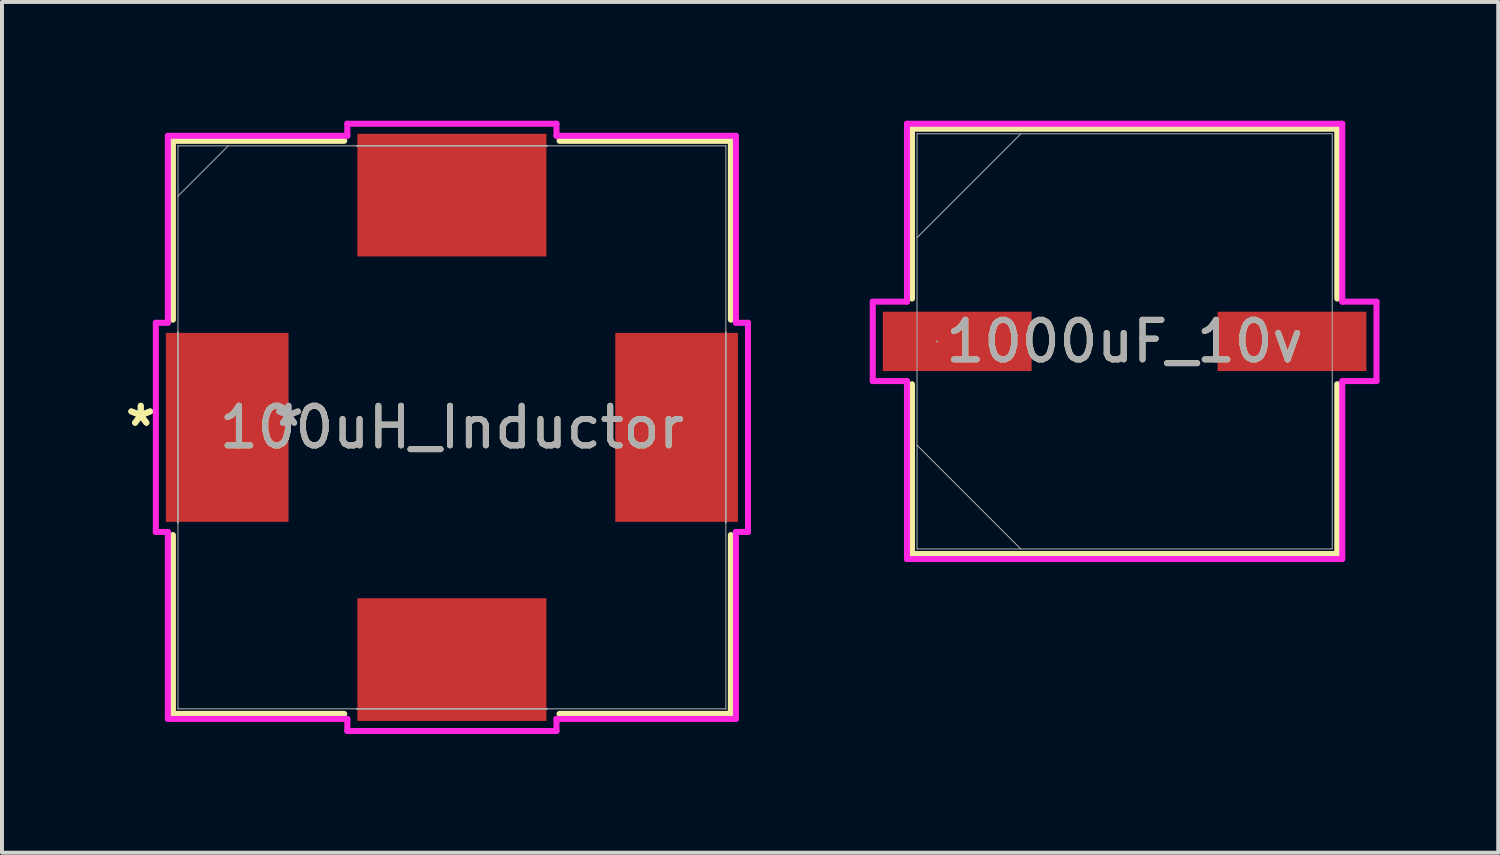
<source format=kicad_pcb>
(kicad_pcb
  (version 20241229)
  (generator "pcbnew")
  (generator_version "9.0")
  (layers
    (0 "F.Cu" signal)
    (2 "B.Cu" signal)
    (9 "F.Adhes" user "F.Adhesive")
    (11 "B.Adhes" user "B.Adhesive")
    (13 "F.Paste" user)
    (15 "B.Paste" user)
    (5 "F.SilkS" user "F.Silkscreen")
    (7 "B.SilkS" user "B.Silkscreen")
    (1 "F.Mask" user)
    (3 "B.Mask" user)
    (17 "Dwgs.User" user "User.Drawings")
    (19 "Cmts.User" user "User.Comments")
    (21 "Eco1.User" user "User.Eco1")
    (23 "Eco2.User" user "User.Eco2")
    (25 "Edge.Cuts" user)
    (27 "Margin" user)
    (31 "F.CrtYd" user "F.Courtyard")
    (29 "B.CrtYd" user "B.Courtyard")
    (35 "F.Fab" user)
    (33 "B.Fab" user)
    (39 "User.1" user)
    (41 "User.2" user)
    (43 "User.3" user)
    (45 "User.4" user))
  (footprint "100uH_Inductor"
    (layer "F.Cu")
    (at 8.367 7.747)
    (property "Reference" "100uH_Inductor" (at 0 0 0) (unlocked yes) (layer "F.SilkS") (effects (font (size 1 1) (thickness 0.15))))
    (attr smd)
    (fp_line (start -7.048 -7.239) (end -7.048 -2.72) (stroke (width 0.152) (type solid)) (layer "F.SilkS"))
    (fp_line (start -7.048 2.72) (end -7.048 7.239) (stroke (width 0.152) (type solid)) (layer "F.SilkS"))
    (fp_line (start -7.048 7.239) (end -2.72 7.239) (stroke (width 0.152) (type solid)) (layer "F.SilkS"))
    (fp_line (start -2.72 -7.239) (end -7.048 -7.239) (stroke (width 0.152) (type solid)) (layer "F.SilkS"))
    (fp_line (start 2.72 7.239) (end 7.048 7.239) (stroke (width 0.152) (type solid)) (layer "F.SilkS"))
    (fp_line (start 7.048 -7.239) (end 2.72 -7.239) (stroke (width 0.152) (type solid)) (layer "F.SilkS"))
    (fp_line (start 7.048 -2.72) (end 7.048 -7.239) (stroke (width 0.152) (type solid)) (layer "F.SilkS"))
    (fp_line (start 7.048 7.239) (end 7.048 2.72) (stroke (width 0.152) (type solid)) (layer "F.SilkS"))
    (fp_line (start -7.48 -2.642) (end -7.176 -2.642) (stroke (width 0.152) (type solid)) (layer "F.CrtYd"))
    (fp_line (start -7.48 2.642) (end -7.48 -2.642) (stroke (width 0.152) (type solid)) (layer "F.CrtYd"))
    (fp_line (start -7.176 -7.366) (end -2.642 -7.366) (stroke (width 0.152) (type solid)) (layer "F.CrtYd"))
    (fp_line (start -7.176 -2.642) (end -7.176 -7.366) (stroke (width 0.152) (type solid)) (layer "F.CrtYd"))
    (fp_line (start -7.176 2.642) (end -7.48 2.642) (stroke (width 0.152) (type solid)) (layer "F.CrtYd"))
    (fp_line (start -7.176 7.366) (end -7.176 2.642) (stroke (width 0.152) (type solid)) (layer "F.CrtYd"))
    (fp_line (start -2.642 -7.671) (end 2.642 -7.671) (stroke (width 0.152) (type solid)) (layer "F.CrtYd"))
    (fp_line (start -2.642 -7.366) (end -2.642 -7.671) (stroke (width 0.152) (type solid)) (layer "F.CrtYd"))
    (fp_line (start -2.642 7.366) (end -7.176 7.366) (stroke (width 0.152) (type solid)) (layer "F.CrtYd"))
    (fp_line (start -2.642 7.671) (end -2.642 7.366) (stroke (width 0.152) (type solid)) (layer "F.CrtYd"))
    (fp_line (start 2.642 -7.671) (end 2.642 -7.366) (stroke (width 0.152) (type solid)) (layer "F.CrtYd"))
    (fp_line (start 2.642 -7.366) (end 7.176 -7.366) (stroke (width 0.152) (type solid)) (layer "F.CrtYd"))
    (fp_line (start 2.642 7.366) (end 2.642 7.671) (stroke (width 0.152) (type solid)) (layer "F.CrtYd"))
    (fp_line (start 2.642 7.671) (end -2.642 7.671) (stroke (width 0.152) (type solid)) (layer "F.CrtYd"))
    (fp_line (start 7.176 -7.366) (end 7.176 -2.642) (stroke (width 0.152) (type solid)) (layer "F.CrtYd"))
    (fp_line (start 7.176 -2.642) (end 7.48 -2.642) (stroke (width 0.152) (type solid)) (layer "F.CrtYd"))
    (fp_line (start 7.176 2.642) (end 7.176 7.366) (stroke (width 0.152) (type solid)) (layer "F.CrtYd"))
    (fp_line (start 7.176 7.366) (end 2.642 7.366) (stroke (width 0.152) (type solid)) (layer "F.CrtYd"))
    (fp_line (start 7.48 -2.642) (end 7.48 2.642) (stroke (width 0.152) (type solid)) (layer "F.CrtYd"))
    (fp_line (start 7.48 2.642) (end 7.176 2.642) (stroke (width 0.152) (type solid)) (layer "F.CrtYd"))
    (fp_line (start -6.921 -7.112) (end -6.921 -7.112) (stroke (width 0.025) (type solid)) (layer "F.Fab"))
    (fp_line (start -6.921 -7.112) (end -6.921 7.112) (stroke (width 0.025) (type solid)) (layer "F.Fab"))
    (fp_line (start -6.921 -5.842) (end -5.652 -7.112) (stroke (width 0.025) (type solid)) (layer "F.Fab"))
    (fp_line (start -6.921 -2.413) (end -6.921 -2.413) (stroke (width 0.025) (type solid)) (layer "F.Fab"))
    (fp_line (start -6.921 -2.413) (end -6.921 2.413) (stroke (width 0.025) (type solid)) (layer "F.Fab"))
    (fp_line (start -6.921 2.413) (end -6.921 -2.413) (stroke (width 0.025) (type solid)) (layer "F.Fab"))
    (fp_line (start -6.921 2.413) (end -6.921 2.413) (stroke (width 0.025) (type solid)) (layer "F.Fab"))
    (fp_line (start -6.921 7.112) (end -6.921 7.112) (stroke (width 0.025) (type solid)) (layer "F.Fab"))
    (fp_line (start -6.921 7.112) (end 6.921 7.112) (stroke (width 0.025) (type solid)) (layer "F.Fab"))
    (fp_line (start -2.413 -7.112) (end -2.413 -7.112) (stroke (width 0.025) (type solid)) (layer "F.Fab"))
    (fp_line (start -2.413 -7.112) (end 2.413 -7.112) (stroke (width 0.025) (type solid)) (layer "F.Fab"))
    (fp_line (start -2.413 7.112) (end -2.413 7.112) (stroke (width 0.025) (type solid)) (layer "F.Fab"))
    (fp_line (start -2.413 7.112) (end 2.413 7.112) (stroke (width 0.025) (type solid)) (layer "F.Fab"))
    (fp_line (start 2.413 -7.112) (end -2.413 -7.112) (stroke (width 0.025) (type solid)) (layer "F.Fab"))
    (fp_line (start 2.413 -7.112) (end 2.413 -7.112) (stroke (width 0.025) (type solid)) (layer "F.Fab"))
    (fp_line (start 2.413 7.112) (end -2.413 7.112) (stroke (width 0.025) (type solid)) (layer "F.Fab"))
    (fp_line (start 2.413 7.112) (end 2.413 7.112) (stroke (width 0.025) (type solid)) (layer "F.Fab"))
    (fp_line (start 6.921 -7.112) (end -6.921 -7.112) (stroke (width 0.025) (type solid)) (layer "F.Fab"))
    (fp_line (start 6.921 -7.112) (end 6.921 -7.112) (stroke (width 0.025) (type solid)) (layer "F.Fab"))
    (fp_line (start 6.921 -2.413) (end 6.921 -2.413) (stroke (width 0.025) (type solid)) (layer "F.Fab"))
    (fp_line (start 6.921 -2.413) (end 6.921 2.413) (stroke (width 0.025) (type solid)) (layer "F.Fab"))
    (fp_line (start 6.921 2.413) (end 6.921 -2.413) (stroke (width 0.025) (type solid)) (layer "F.Fab"))
    (fp_line (start 6.921 2.413) (end 6.921 2.413) (stroke (width 0.025) (type solid)) (layer "F.Fab"))
    (fp_line (start 6.921 7.112) (end 6.921 -7.112) (stroke (width 0.025) (type solid)) (layer "F.Fab"))
    (fp_line (start 6.921 7.112) (end 6.921 7.112) (stroke (width 0.025) (type solid)) (layer "F.Fab"))
    (fp_text user "*" (at -7.861 0 0) (unlocked yes) (layer "F.SilkS") (effects (font (size 1 1) (thickness 0.15))))
    (fp_text user "*" (at -7.861 0 0) (layer "F.SilkS") (effects (font (size 1 1) (thickness 0.15))))
    (fp_text user "${REFERENCE}" (at 0 0 0) (unlocked yes) (layer "F.Fab") (effects (font (size 1 1) (thickness 0.15))))
    (fp_text user "*" (at -4.128 0 0) (layer "F.Fab") (effects (font (size 1 1) (thickness 0.15))))
    (fp_text user "*" (at -4.128 0 0) (unlocked yes) (layer "F.Fab") (effects (font (size 1 1) (thickness 0.15))))
    (pad "1" smd rect (at -5.677 0 90) (size 4.775 3.099) (layers "F.Cu" "F.Mask" "F.Paste"))
    (pad "2" smd rect (at 0 5.867) (size 4.775 3.099) (layers "F.Cu" "F.Mask" "F.Paste"))
    (pad "3" smd rect (at 5.677 0 90) (size 4.775 3.099) (layers "F.Cu" "F.Mask" "F.Paste"))
    (pad "4" smd rect (at 0 -5.867) (size 4.775 3.099) (layers "F.Cu" "F.Mask" "F.Paste")))
  (footprint "1000uF_10v"
    (layer "F.Cu")
    (at 25.363 5.575)
    (property "Reference" "1000uF_10v" (at 0 0 0) (unlocked yes) (layer "F.SilkS") (effects (font (size 1 1) (thickness 0.15))))
    (attr smd)
    (fp_line (start -5.372 -5.372) (end -5.372 -1.082) (stroke (width 0.152) (type solid)) (layer "F.SilkS"))
    (fp_line (start -5.372 1.082) (end -5.372 5.372) (stroke (width 0.152) (type solid)) (layer "F.SilkS"))
    (fp_line (start -5.372 5.372) (end 5.372 5.372) (stroke (width 0.152) (type solid)) (layer "F.SilkS"))
    (fp_line (start 5.372 -5.372) (end -5.372 -5.372) (stroke (width 0.152) (type solid)) (layer "F.SilkS"))
    (fp_line (start 5.372 -1.082) (end 5.372 -5.372) (stroke (width 0.152) (type solid)) (layer "F.SilkS"))
    (fp_line (start 5.372 5.372) (end 5.372 1.082) (stroke (width 0.152) (type solid)) (layer "F.SilkS"))
    (fp_line (start -6.363 -1.003) (end -5.499 -1.003) (stroke (width 0.152) (type solid)) (layer "F.CrtYd"))
    (fp_line (start -6.363 1.003) (end -6.363 -1.003) (stroke (width 0.152) (type solid)) (layer "F.CrtYd"))
    (fp_line (start -5.499 -5.499) (end 5.499 -5.499) (stroke (width 0.152) (type solid)) (layer "F.CrtYd"))
    (fp_line (start -5.499 -1.003) (end -5.499 -5.499) (stroke (width 0.152) (type solid)) (layer "F.CrtYd"))
    (fp_line (start -5.499 1.003) (end -6.363 1.003) (stroke (width 0.152) (type solid)) (layer "F.CrtYd"))
    (fp_line (start -5.499 5.499) (end -5.499 1.003) (stroke (width 0.152) (type solid)) (layer "F.CrtYd"))
    (fp_line (start 5.499 -5.499) (end 5.499 -1.003) (stroke (width 0.152) (type solid)) (layer "F.CrtYd"))
    (fp_line (start 5.499 -1.003) (end 6.363 -1.003) (stroke (width 0.152) (type solid)) (layer "F.CrtYd"))
    (fp_line (start 5.499 1.003) (end 5.499 5.499) (stroke (width 0.152) (type solid)) (layer "F.CrtYd"))
    (fp_line (start 5.499 5.499) (end -5.499 5.499) (stroke (width 0.152) (type solid)) (layer "F.CrtYd"))
    (fp_line (start 6.363 -1.003) (end 6.363 1.003) (stroke (width 0.152) (type solid)) (layer "F.CrtYd"))
    (fp_line (start 6.363 1.003) (end 5.499 1.003) (stroke (width 0.152) (type solid)) (layer "F.CrtYd"))
    (fp_line (start -5.245 -5.245) (end -5.245 5.245) (stroke (width 0.025) (type solid)) (layer "F.Fab"))
    (fp_line (start -5.245 -2.623) (end -2.623 -5.245) (stroke (width 0.025) (type solid)) (layer "F.Fab"))
    (fp_line (start -5.245 2.623) (end -2.623 5.245) (stroke (width 0.025) (type solid)) (layer "F.Fab"))
    (fp_line (start -5.245 5.245) (end 5.245 5.245) (stroke (width 0.025) (type solid)) (layer "F.Fab"))
    (fp_line (start 5.245 -5.245) (end -5.245 -5.245) (stroke (width 0.025) (type solid)) (layer "F.Fab"))
    (fp_line (start 5.245 5.245) (end 5.245 -5.245) (stroke (width 0.025) (type solid)) (layer "F.Fab"))
    (fp_circle (center -4.737 0) (end -4.737 0) (stroke (width 0.025) (type solid)) (fill no) (layer "F.Fab"))
    (fp_text user "${REFERENCE}" (at 0 0 0) (unlocked yes) (layer "F.Fab") (effects (font (size 1 1) (thickness 0.15))))
    (pad "1" smd rect (at -4.229 0) (size 3.759 1.499) (layers "F.Cu" "F.Mask" "F.Paste"))
    (pad "2" smd rect (at 4.229 0) (size 3.759 1.499) (layers "F.Cu" "F.Mask" "F.Paste"))
    (zone (net_name "") (layer "F.Cu") (hatch full 0.508) (connect_pads) (min_thickness 0.254) (filled_areas_thickness no) (keepout (tracks not_allowed) (vias not_allowed) (pads allowed) (copperpour not_allowed) (footprints allowed)) (placement (enabled no)) (fill) (polygon (pts (xy 20.168 0.381) (xy 30.557 0.381) (xy 30.557 4.775) (xy 20.168 4.775))))
    (zone (net_name "") (layer "F.Cu") (hatch full 0.508) (connect_pads) (min_thickness 0.254) (filled_areas_thickness no) (keepout (tracks not_allowed) (vias not_allowed) (pads allowed) (copperpour not_allowed) (footprints allowed)) (placement (enabled no)) (fill) (polygon (pts (xy 20.168 6.375) (xy 30.557 6.375) (xy 30.557 10.77) (xy 20.168 10.77))))
    (zone (net_name "") (layer "F.Cu") (hatch full 0.508) (connect_pads) (min_thickness 0.254) (filled_areas_thickness no) (keepout (tracks not_allowed) (vias not_allowed) (pads allowed) (copperpour not_allowed) (footprints allowed)) (placement (enabled no)) (fill) (polygon (pts (xy 23.064 4.775) (xy 27.661 4.775) (xy 27.661 6.375) (xy 23.064 6.375)))))
  (gr_rect
    (start -3 -3)
    (end 34.802 18.494)
    (stroke (width 0.1) (type default))
    (fill no)
    (layer "Edge.Cuts")))
</source>
